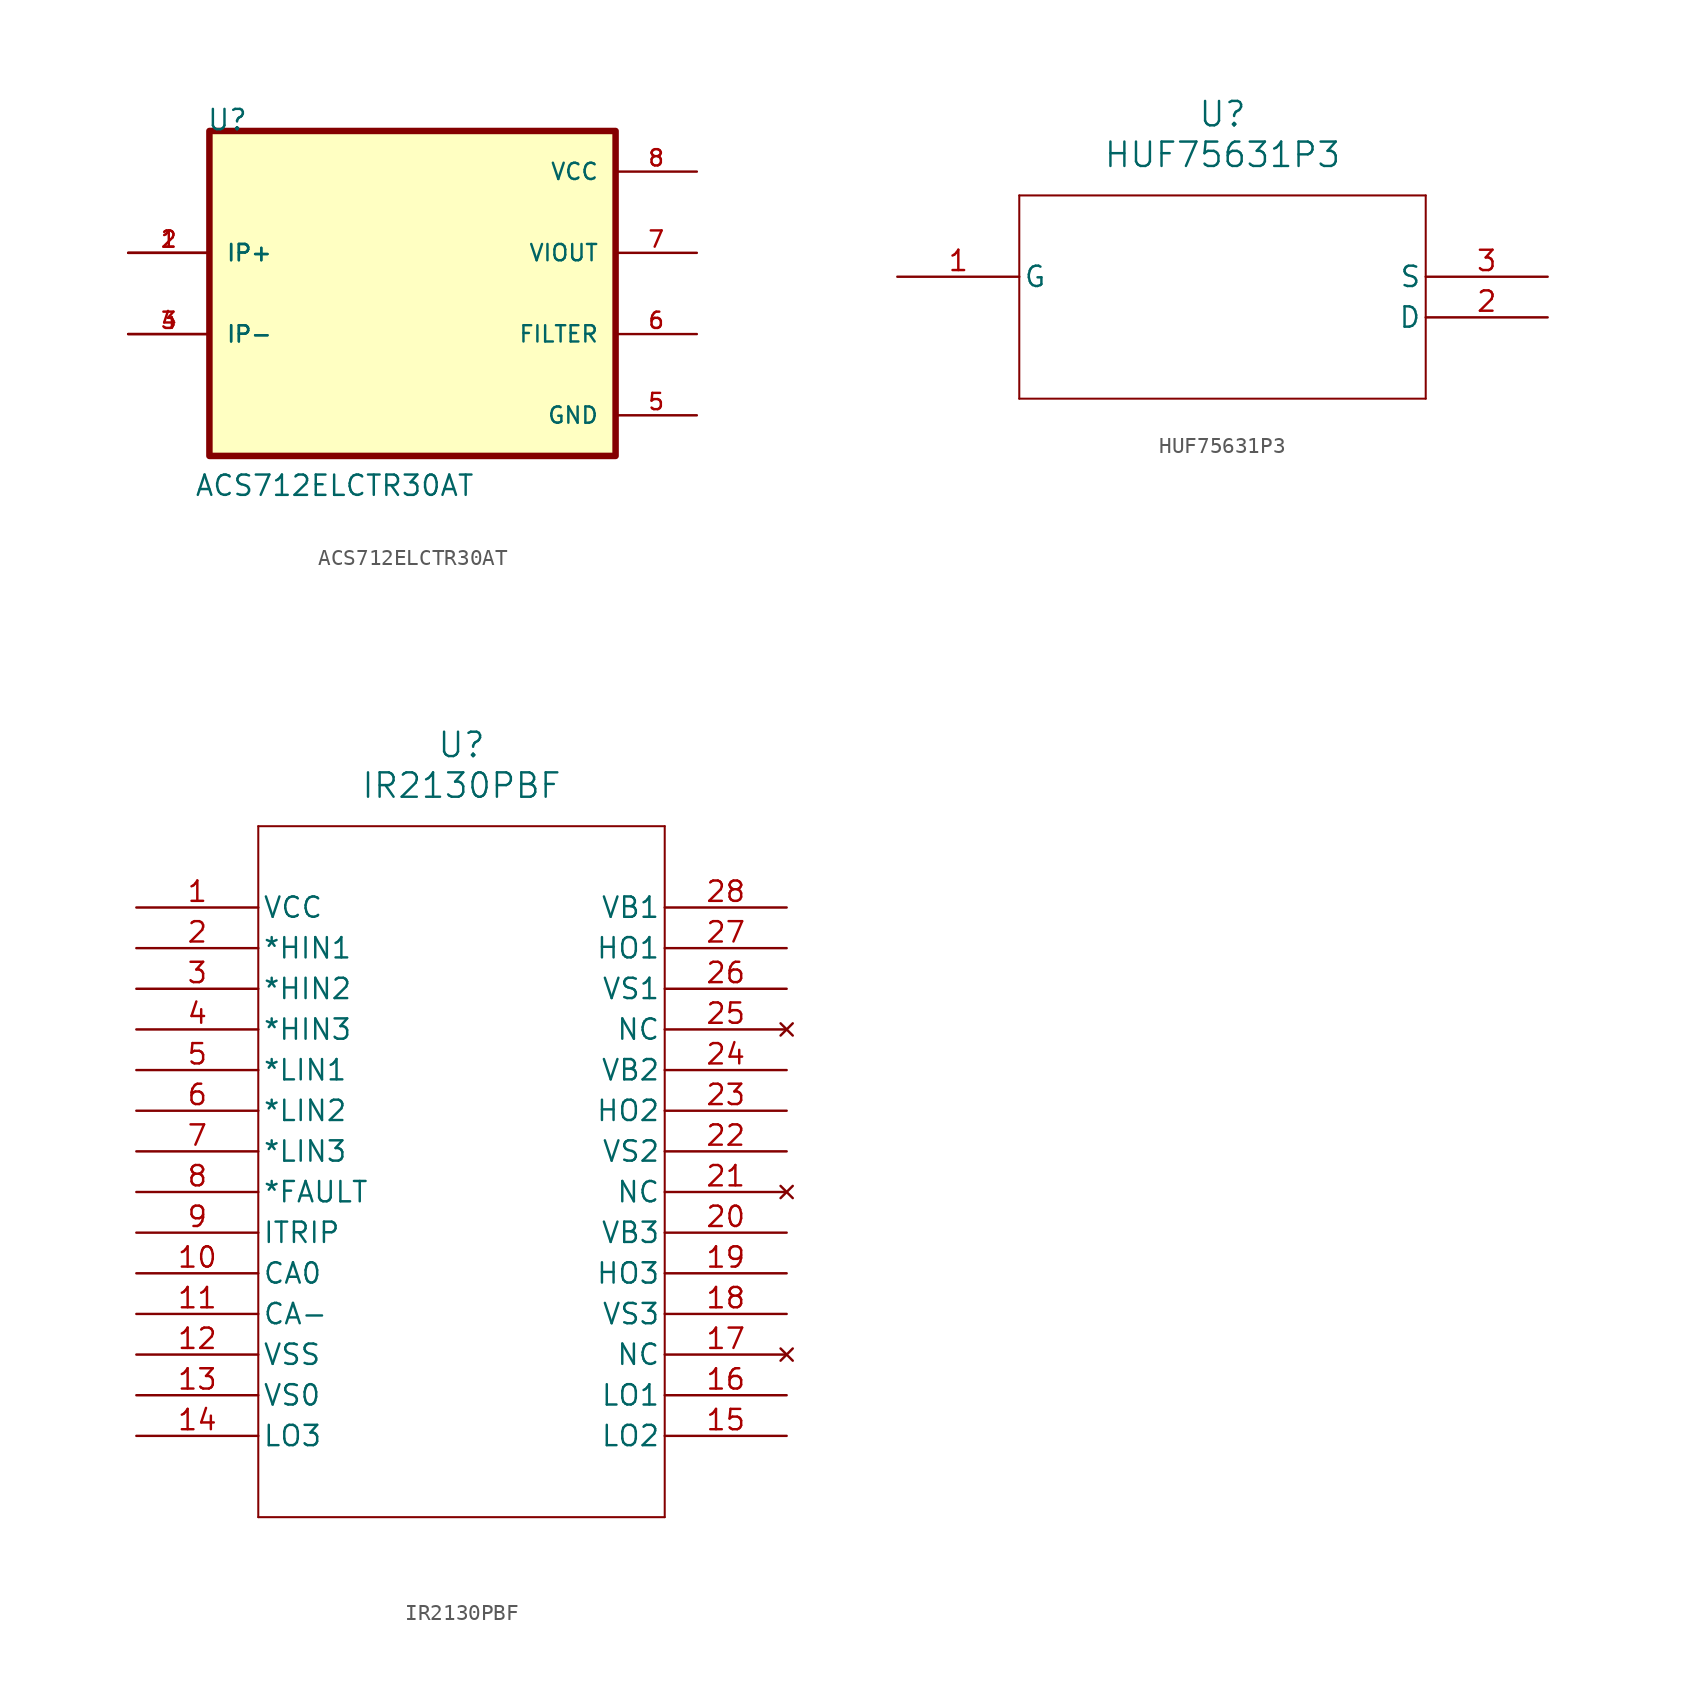
<source format=kicad_sym>
(kicad_symbol_lib
  (version 20220914)
  (generator kicad_symbol_editor)
  (symbol "ACS712ELCTR30AT"
    (pin_names
      (offset 1.016))
    (property "Reference" "U"
      (at -12.886 10.109 0)
      (effects (font (size 1.27 1.27)) (justify left bottom)))
    (property "Value" "ACS712ELCTR30AT"
      (at -13.648 -12.757 0)
      (effects (font (size 1.27 1.27)) (justify left bottom)))
    (symbol "ACS712ELCTR30AT_0_0"
      (rectangle (start -12.7 -10.16) (end 12.7 10.16) (stroke (width 0.406) (type default)) (fill (type background)))
      (pin input line (at -17.78 2.54 0) (length 5.08) (name "IP+" (effects (font (size 1.016 1.016)))) (number "1" (effects (font (size 1.016 1.016)))))
      (pin input line (at -17.78 2.54 0) (length 5.08) (name "IP+" (effects (font (size 1.016 1.016)))) (number "2" (effects (font (size 1.016 1.016)))))
      (pin input line (at -17.78 -2.54 0) (length 5.08) (name "IP-" (effects (font (size 1.016 1.016)))) (number "3" (effects (font (size 1.016 1.016)))))
      (pin input line (at -17.78 -2.54 0) (length 5.08) (name "IP-" (effects (font (size 1.016 1.016)))) (number "4" (effects (font (size 1.016 1.016)))))
      (pin power_in line (at 17.78 -7.62 180) (length 5.08) (name "GND" (effects (font (size 1.016 1.016)))) (number "5" (effects (font (size 1.016 1.016)))))
      (pin passive line (at 17.78 -2.54 180) (length 5.08) (name "FILTER" (effects (font (size 1.016 1.016)))) (number "6" (effects (font (size 1.016 1.016)))))
      (pin output line (at 17.78 2.54 180) (length 5.08) (name "VIOUT" (effects (font (size 1.016 1.016)))) (number "7" (effects (font (size 1.016 1.016)))))
      (pin power_in line (at 17.78 7.62 180) (length 5.08) (name "VCC" (effects (font (size 1.016 1.016)))) (number "8" (effects (font (size 1.016 1.016)))))))
  (symbol "HUF75631P3"
    (pin_names
      (offset 0.254))
    (property "Reference" "U"
      (at 20.32 10.16 0)
      (effects (font (size 1.524 1.524))))
    (property "Value" "HUF75631P3"
      (at 20.32 7.62 0)
      (effects (font (size 1.524 1.524))))
    (property "ki_locked" ""
      (at 0 0 0)
      (effects (font (size 1.27 1.27))))
    (symbol "HUF75631P3_0_1"
      (polyline (pts (xy 7.62 -7.62) (xy 33.02 -7.62)) (stroke (width 0.127) (type default)) (fill (type none)))
      (polyline (pts (xy 7.62 5.08) (xy 7.62 -7.62)) (stroke (width 0.127) (type default)) (fill (type none)))
      (polyline (pts (xy 33.02 -7.62) (xy 33.02 5.08)) (stroke (width 0.127) (type default)) (fill (type none)))
      (polyline (pts (xy 33.02 5.08) (xy 7.62 5.08)) (stroke (width 0.127) (type default)) (fill (type none)))
      (pin unspecified line (at 0 0 0) (length 7.62) (name "G" (effects (font (size 1.27 1.27)))) (number "1" (effects (font (size 1.27 1.27)))))
      (pin unspecified line (at 40.64 -2.54 180) (length 7.62) (name "D" (effects (font (size 1.27 1.27)))) (number "2" (effects (font (size 1.27 1.27)))))
      (pin unspecified line (at 40.64 0 180) (length 7.62) (name "S" (effects (font (size 1.27 1.27)))) (number "3" (effects (font (size 1.27 1.27)))))))
  (symbol "IR2130PBF"
    (pin_names
      (offset 0.254))
    (property "Reference" "U"
      (at 20.32 10.16 0)
      (effects (font (size 1.524 1.524))))
    (property "Value" "IR2130PBF"
      (at 20.32 7.62 0)
      (effects (font (size 1.524 1.524))))
    (property "ki_locked" ""
      (at 0 0 0)
      (effects (font (size 1.27 1.27))))
    (symbol "IR2130PBF_0_1"
      (polyline (pts (xy 7.62 -38.1) (xy 33.02 -38.1)) (stroke (width 0.127) (type default)) (fill (type none)))
      (polyline (pts (xy 7.62 5.08) (xy 7.62 -38.1)) (stroke (width 0.127) (type default)) (fill (type none)))
      (polyline (pts (xy 33.02 -38.1) (xy 33.02 5.08)) (stroke (width 0.127) (type default)) (fill (type none)))
      (polyline (pts (xy 33.02 5.08) (xy 7.62 5.08)) (stroke (width 0.127) (type default)) (fill (type none)))
      (pin power_in line (at 0 0 0) (length 7.62) (name "VCC" (effects (font (size 1.27 1.27)))) (number "1" (effects (font (size 1.27 1.27)))))
      (pin output line (at 0 -22.86 0) (length 7.62) (name "CA0" (effects (font (size 1.27 1.27)))) (number "10" (effects (font (size 1.27 1.27)))))
      (pin input line (at 0 -25.4 0) (length 7.62) (name "CA-" (effects (font (size 1.27 1.27)))) (number "11" (effects (font (size 1.27 1.27)))))
      (pin power_out line (at 0 -27.94 0) (length 7.62) (name "VSS" (effects (font (size 1.27 1.27)))) (number "12" (effects (font (size 1.27 1.27)))))
      (pin input line (at 0 -30.48 0) (length 7.62) (name "VS0" (effects (font (size 1.27 1.27)))) (number "13" (effects (font (size 1.27 1.27)))))
      (pin output line (at 0 -33.02 0) (length 7.62) (name "LO3" (effects (font (size 1.27 1.27)))) (number "14" (effects (font (size 1.27 1.27)))))
      (pin output line (at 40.64 -33.02 180) (length 7.62) (name "LO2" (effects (font (size 1.27 1.27)))) (number "15" (effects (font (size 1.27 1.27)))))
      (pin output line (at 40.64 -30.48 180) (length 7.62) (name "LO1" (effects (font (size 1.27 1.27)))) (number "16" (effects (font (size 1.27 1.27)))))
      (pin no_connect line (at 40.64 -27.94 180) (length 7.62) (name "NC" (effects (font (size 1.27 1.27)))) (number "17" (effects (font (size 1.27 1.27)))))
      (pin bidirectional line (at 40.64 -25.4 180) (length 7.62) (name "VS3" (effects (font (size 1.27 1.27)))) (number "18" (effects (font (size 1.27 1.27)))))
      (pin output line (at 40.64 -22.86 180) (length 7.62) (name "HO3" (effects (font (size 1.27 1.27)))) (number "19" (effects (font (size 1.27 1.27)))))
      (pin input line (at 0 -2.54 0) (length 7.62) (name "*HIN1" (effects (font (size 1.27 1.27)))) (number "2" (effects (font (size 1.27 1.27)))))
      (pin power_in line (at 40.64 -20.32 180) (length 7.62) (name "VB3" (effects (font (size 1.27 1.27)))) (number "20" (effects (font (size 1.27 1.27)))))
      (pin no_connect line (at 40.64 -17.78 180) (length 7.62) (name "NC" (effects (font (size 1.27 1.27)))) (number "21" (effects (font (size 1.27 1.27)))))
      (pin power_in line (at 40.64 -15.24 180) (length 7.62) (name "VS2" (effects (font (size 1.27 1.27)))) (number "22" (effects (font (size 1.27 1.27)))))
      (pin output line (at 40.64 -12.7 180) (length 7.62) (name "HO2" (effects (font (size 1.27 1.27)))) (number "23" (effects (font (size 1.27 1.27)))))
      (pin power_in line (at 40.64 -10.16 180) (length 7.62) (name "VB2" (effects (font (size 1.27 1.27)))) (number "24" (effects (font (size 1.27 1.27)))))
      (pin no_connect line (at 40.64 -7.62 180) (length 7.62) (name "NC" (effects (font (size 1.27 1.27)))) (number "25" (effects (font (size 1.27 1.27)))))
      (pin power_in line (at 40.64 -5.08 180) (length 7.62) (name "VS1" (effects (font (size 1.27 1.27)))) (number "26" (effects (font (size 1.27 1.27)))))
      (pin output line (at 40.64 -2.54 180) (length 7.62) (name "HO1" (effects (font (size 1.27 1.27)))) (number "27" (effects (font (size 1.27 1.27)))))
      (pin power_in line (at 40.64 0 180) (length 7.62) (name "VB1" (effects (font (size 1.27 1.27)))) (number "28" (effects (font (size 1.27 1.27)))))
      (pin input line (at 0 -5.08 0) (length 7.62) (name "*HIN2" (effects (font (size 1.27 1.27)))) (number "3" (effects (font (size 1.27 1.27)))))
      (pin input line (at 0 -7.62 0) (length 7.62) (name "*HIN3" (effects (font (size 1.27 1.27)))) (number "4" (effects (font (size 1.27 1.27)))))
      (pin input line (at 0 -10.16 0) (length 7.62) (name "*LIN1" (effects (font (size 1.27 1.27)))) (number "5" (effects (font (size 1.27 1.27)))))
      (pin input line (at 0 -12.7 0) (length 7.62) (name "*LIN2" (effects (font (size 1.27 1.27)))) (number "6" (effects (font (size 1.27 1.27)))))
      (pin input line (at 0 -15.24 0) (length 7.62) (name "*LIN3" (effects (font (size 1.27 1.27)))) (number "7" (effects (font (size 1.27 1.27)))))
      (pin unspecified line (at 0 -17.78 0) (length 7.62) (name "*FAULT" (effects (font (size 1.27 1.27)))) (number "8" (effects (font (size 1.27 1.27)))))
      (pin input line (at 0 -20.32 0) (length 7.62) (name "ITRIP" (effects (font (size 1.27 1.27)))) (number "9" (effects (font (size 1.27 1.27))))))))
</source>
